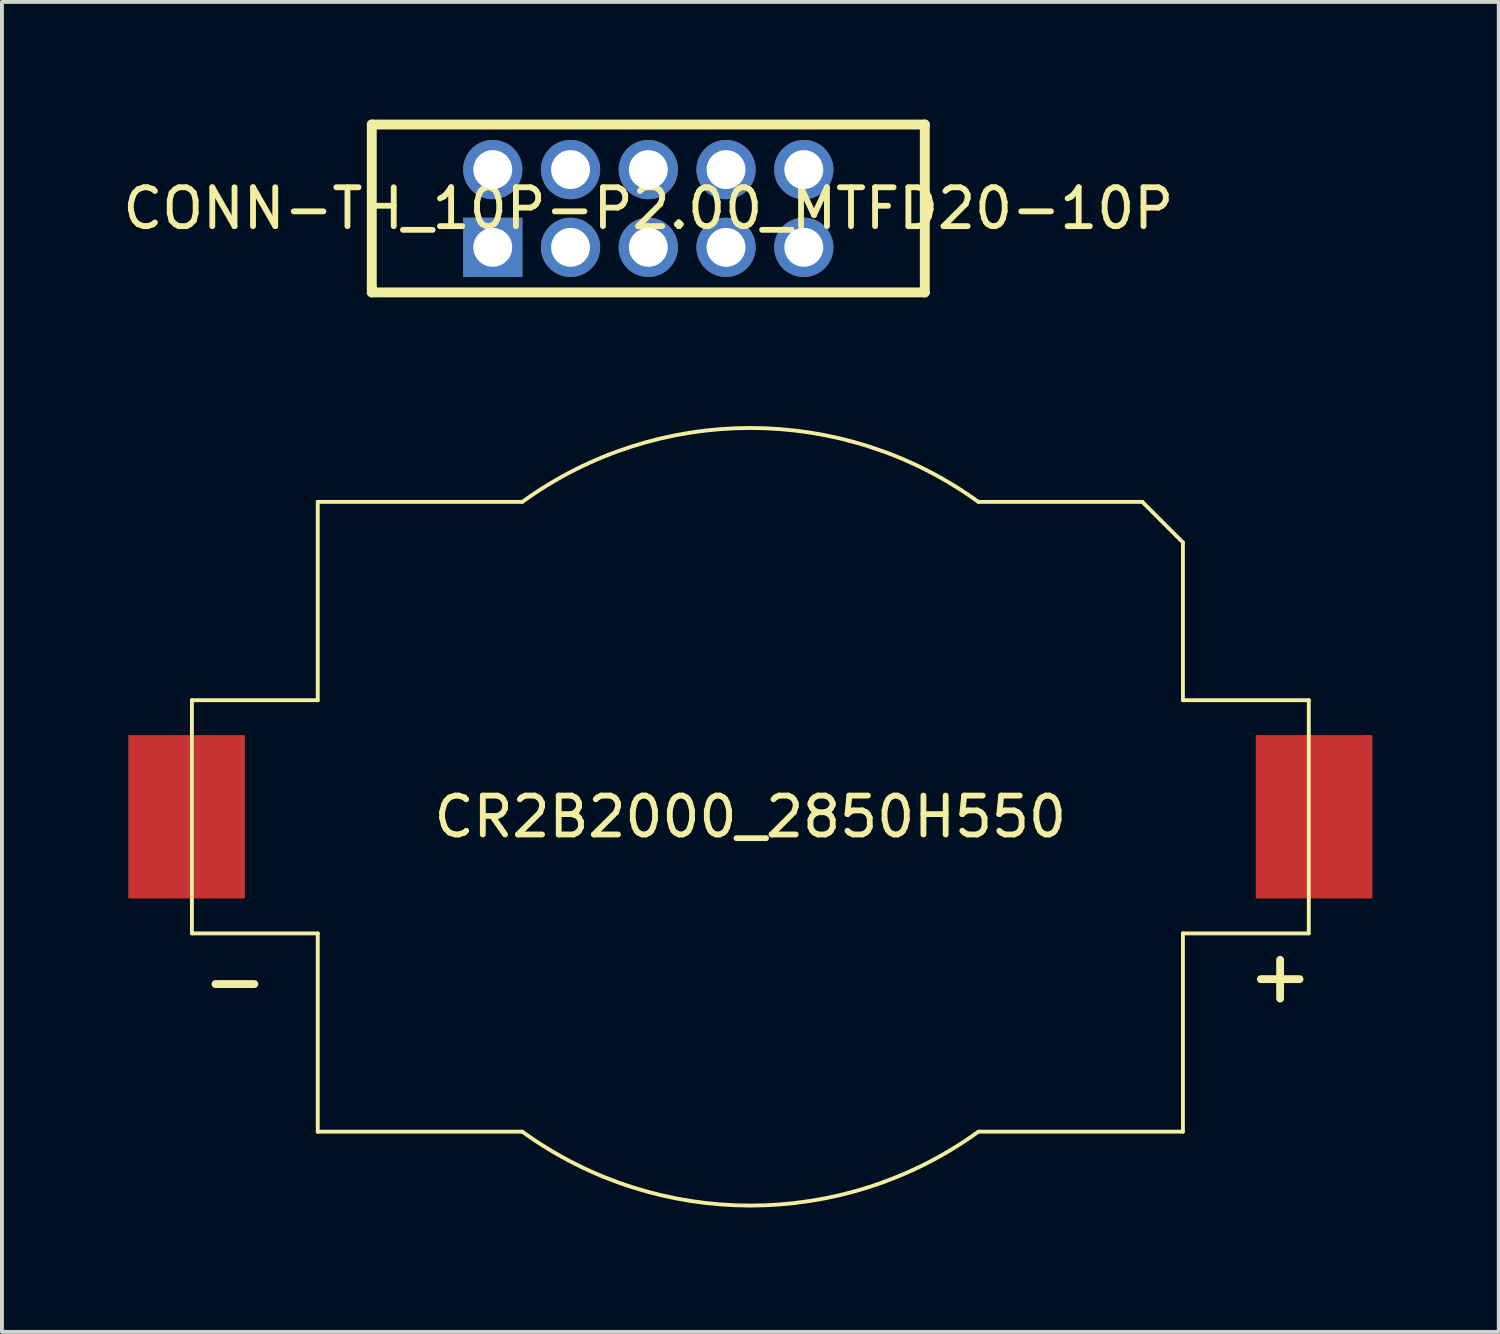
<source format=kicad_pcb>
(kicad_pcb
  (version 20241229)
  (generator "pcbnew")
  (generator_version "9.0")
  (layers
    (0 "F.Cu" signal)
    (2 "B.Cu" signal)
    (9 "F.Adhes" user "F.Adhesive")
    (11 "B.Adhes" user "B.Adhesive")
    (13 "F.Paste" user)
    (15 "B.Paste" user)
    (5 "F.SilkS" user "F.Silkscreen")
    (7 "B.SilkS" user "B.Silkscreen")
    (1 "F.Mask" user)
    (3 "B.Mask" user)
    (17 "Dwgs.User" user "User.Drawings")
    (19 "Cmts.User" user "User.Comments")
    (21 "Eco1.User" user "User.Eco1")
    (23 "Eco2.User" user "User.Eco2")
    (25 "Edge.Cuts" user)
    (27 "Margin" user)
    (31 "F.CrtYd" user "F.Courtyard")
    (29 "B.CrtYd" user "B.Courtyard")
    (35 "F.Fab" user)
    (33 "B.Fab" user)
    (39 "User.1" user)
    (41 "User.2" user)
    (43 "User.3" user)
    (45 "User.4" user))
  (footprint "CR2B2000_2850H550"
    (layer "F.Cu")
    (at 16.25 17.959)
    (property "Reference" "CR2B2000_2850H550" (at 0 0 0) (layer "F.SilkS") (effects (font (size 1 1) (thickness 0.15))))
    (fp_line (start -14.364 -2.999) (end -14.364 2.999) (stroke (width 0.099) (type default)) (layer "F.SilkS"))
    (fp_line (start -14.364 -2.999) (end -11.127 -2.999) (stroke (width 0.099) (type default)) (layer "F.SilkS"))
    (fp_line (start -14.364 2.999) (end -11.127 2.999) (stroke (width 0.099) (type default)) (layer "F.SilkS"))
    (fp_line (start -13.757 4.303) (end -12.756 4.303) (stroke (width 0.201) (type default)) (layer "F.SilkS"))
    (fp_line (start -11.127 -8.1) (end -11.127 -2.999) (stroke (width 0.099) (type default)) (layer "F.SilkS"))
    (fp_line (start -11.127 -8.1) (end -5.865 -8.1) (stroke (width 0.099) (type default)) (layer "F.SilkS"))
    (fp_line (start -11.127 2.999) (end -11.127 8.1) (stroke (width 0.099) (type default)) (layer "F.SilkS"))
    (fp_line (start -11.127 8.1) (end -5.865 8.1) (stroke (width 0.099) (type default)) (layer "F.SilkS"))
    (fp_line (start 5.865 -8.1) (end 10.082 -8.1) (stroke (width 0.099) (type default)) (layer "F.SilkS"))
    (fp_line (start 5.865 8.1) (end 11.127 8.1) (stroke (width 0.099) (type default)) (layer "F.SilkS"))
    (fp_line (start 10.082 -8.1) (end 11.127 -7.056) (stroke (width 0.099) (type default)) (layer "F.SilkS"))
    (fp_line (start 11.127 -7.056) (end 11.127 -2.999) (stroke (width 0.099) (type default)) (layer "F.SilkS"))
    (fp_line (start 11.127 -2.999) (end 14.364 -2.999) (stroke (width 0.099) (type default)) (layer "F.SilkS"))
    (fp_line (start 11.127 2.999) (end 11.127 8.1) (stroke (width 0.099) (type default)) (layer "F.SilkS"))
    (fp_line (start 11.127 2.999) (end 14.364 2.999) (stroke (width 0.099) (type default)) (layer "F.SilkS"))
    (fp_line (start 13.13 4.176) (end 14.127 4.176) (stroke (width 0.201) (type default)) (layer "F.SilkS"))
    (fp_line (start 13.627 3.678) (end 13.627 4.676) (stroke (width 0.201) (type default)) (layer "F.SilkS"))
    (fp_line (start 14.364 -2.999) (end 14.364 2.999) (stroke (width 0.099) (type default)) (layer "F.SilkS"))
    (fp_arc (start -5.865 -8.1) (mid 0 -10.000411) (end 5.865 -8.1) (stroke (width 0.099) (type default)) (layer "F.SilkS"))
    (fp_arc (start 5.865 8.1) (mid 0 10.000411) (end -5.865 8.1) (stroke (width 0.099) (type default)) (layer "F.SilkS"))
    (fp_line (start -16.2 -2.301) (end -16.2 2.301) (stroke (width 0.025) (type default)) (layer "User.1"))
    (fp_line (start -16.2 -2.301) (end -14.562 -2.301) (stroke (width 0.025) (type default)) (layer "User.1"))
    (fp_line (start -16.2 2.301) (end -14.562 2.301) (stroke (width 0.025) (type default)) (layer "User.1"))
    (fp_line (start -14.562 -3.2) (end -14.562 -2.301) (stroke (width 0.025) (type default)) (layer "User.1"))
    (fp_line (start -14.562 -3.2) (end -11.326 -3.2) (stroke (width 0.025) (type default)) (layer "User.1"))
    (fp_line (start -14.562 2.301) (end -14.562 3.2) (stroke (width 0.025) (type default)) (layer "User.1"))
    (fp_line (start -14.562 3.2) (end -11.326 3.2) (stroke (width 0.025) (type default)) (layer "User.1"))
    (fp_line (start -11.326 -8.3) (end -11.326 -3.2) (stroke (width 0.025) (type default)) (layer "User.1"))
    (fp_line (start -11.326 -8.3) (end -5.928 -8.3) (stroke (width 0.025) (type default)) (layer "User.1"))
    (fp_line (start -11.326 3.2) (end -11.326 8.3) (stroke (width 0.025) (type default)) (layer "User.1"))
    (fp_line (start -11.326 8.3) (end -5.928 8.3) (stroke (width 0.025) (type default)) (layer "User.1"))
    (fp_line (start 5.928 -8.3) (end 10.165 -8.3) (stroke (width 0.025) (type default)) (layer "User.1"))
    (fp_line (start 5.928 8.3) (end 11.326 8.3) (stroke (width 0.025) (type default)) (layer "User.1"))
    (fp_line (start 10.165 -8.3) (end 11.326 -7.138) (stroke (width 0.025) (type default)) (layer "User.1"))
    (fp_line (start 11.326 -7.138) (end 11.326 -3.2) (stroke (width 0.025) (type default)) (layer "User.1"))
    (fp_line (start 11.326 -3.2) (end 14.562 -3.2) (stroke (width 0.025) (type default)) (layer "User.1"))
    (fp_line (start 11.326 3.2) (end 11.326 8.3) (stroke (width 0.025) (type default)) (layer "User.1"))
    (fp_line (start 11.326 3.2) (end 14.562 3.2) (stroke (width 0.025) (type default)) (layer "User.1"))
    (fp_line (start 14.562 -3.2) (end 14.562 -2.301) (stroke (width 0.025) (type default)) (layer "User.1"))
    (fp_line (start 14.562 -2.301) (end 16.2 -2.301) (stroke (width 0.025) (type default)) (layer "User.1"))
    (fp_line (start 14.562 2.301) (end 14.562 3.2) (stroke (width 0.025) (type default)) (layer "User.1"))
    (fp_line (start 14.562 2.301) (end 16.2 2.301) (stroke (width 0.025) (type default)) (layer "User.1"))
    (fp_line (start 16.2 -2.301) (end 16.2 2.301) (stroke (width 0.025) (type default)) (layer "User.1"))
    (fp_arc (start -5.9285 -8.3005) (mid 0 -10.200265) (end 5.9285 -8.3005) (stroke (width 0.0255) (type default)) (layer "User.1"))
    (fp_arc (start 5.9285 8.3005) (mid 0 10.200265) (end -5.9285 8.3005) (stroke (width 0.0255) (type default)) (layer "User.1"))
    (fp_poly (pts (xy 5.865 8.1) (xy 5.548 8.33) (xy 4.878 8.739) (xy 4.18 9.094) (xy 3.455 9.393) (xy 2.709 9.634) (xy 1.948 9.816) (xy 1.173 9.939) (xy 0.392 10.001) (xy -0.392 10.001) (xy -1.173 9.939) (xy -1.948 9.816) (xy -2.709 9.634) (xy -3.455 9.393) (xy -4.18 9.094) (xy -4.878 8.739) (xy -5.548 8.33) (xy -5.865 8.1) (xy -11.127 8.1) (xy -11.127 2.999) (xy -14.364 2.999) (xy -14.364 -2.999) (xy -11.127 -2.999) (xy -11.127 -8.1) (xy -5.865 -8.1) (xy -5.548 -8.33) (xy -4.878 -8.739) (xy -4.18 -9.094) (xy -3.455 -9.393) (xy -2.709 -9.634) (xy -1.948 -9.816) (xy -1.173 -9.939) (xy -0.392 -10.001) (xy 0.392 -10.001) (xy 1.173 -9.939) (xy 1.948 -9.816) (xy 2.709 -9.634) (xy 3.455 -9.393) (xy 4.18 -9.094) (xy 4.878 -8.739) (xy 5.548 -8.33) (xy 5.865 -8.1) (xy 10.082 -8.1) (xy 11.127 -7.056) (xy 11.127 -2.999) (xy 14.364 -2.999) (xy 14.364 2.999) (xy 11.127 2.999) (xy 11.127 8.1)) (stroke (width 0.1) (type default)) (fill no) (layer "User.1"))
    (fp_poly (pts (arc (start 5.865 8.1) (mid 0 10.000411) (end -5.865 8.1)) (xy -11.127 8.1) (xy -11.127 2.999) (xy -14.364 2.999) (xy -14.364 -2.999) (xy -11.127 -2.999) (xy -11.127 -8.1) (arc (start -5.865 -8.1) (mid 0 -10.000411) (end 5.865 -8.1)) (xy 10.082 -8.1) (xy 11.127 -7.056) (xy 11.127 -2.999) (xy 14.364 -2.999) (xy 14.364 2.999) (xy 11.127 2.999) (xy 11.127 8.1)) (stroke (width 0.1) (type default)) (fill no) (layer "User.1"))
    (fp_poly (pts (xy 5.928 8.3) (xy 5.606 8.53) (xy 4.929 8.939) (xy 4.222 9.294) (xy 3.49 9.593) (xy 2.736 9.835) (xy 1.966 10.017) (xy 1.185 10.139) (xy 0.396 10.2) (xy -0.396 10.2) (xy -1.185 10.139) (xy -1.966 10.017) (xy -2.736 9.835) (xy -3.49 9.593) (xy -4.222 9.294) (xy -4.929 8.939) (xy -5.606 8.53) (xy -5.928 8.3) (xy -11.326 8.3) (xy -11.326 3.2) (xy -14.562 3.2) (xy -14.562 2.301) (xy -16.2 2.301) (xy -16.2 -2.301) (xy -14.562 -2.301) (xy -14.562 -3.2) (xy -11.326 -3.2) (xy -11.326 -8.3) (xy -5.928 -8.3) (xy -5.606 -8.53) (xy -4.929 -8.939) (xy -4.222 -9.294) (xy -3.49 -9.593) (xy -2.736 -9.835) (xy -1.966 -10.017) (xy -1.185 -10.139) (xy -0.396 -10.2) (xy 0.396 -10.2) (xy 1.185 -10.139) (xy 1.966 -10.017) (xy 2.736 -9.835) (xy 3.49 -9.593) (xy 4.222 -9.294) (xy 4.929 -8.939) (xy 5.606 -8.53) (xy 5.928 -8.3) (xy 10.165 -8.3) (xy 11.326 -7.138) (xy 11.326 -3.2) (xy 14.562 -3.2) (xy 14.562 -2.301) (xy 16.2 -2.301) (xy 16.2 2.301) (xy 14.562 2.301) (xy 14.562 3.2) (xy 14.364 3.2) (xy 14.364 -2.999) (xy 11.127 -2.999) (xy 11.127 -7.056) (xy 10.082 -8.1) (xy 5.865 -8.1) (xy 5.543 -8.323) (xy 4.874 -8.73) (xy 4.176 -9.084) (xy 3.451 -9.382) (xy 2.707 -9.622) (xy 1.945 -9.803) (xy 1.172 -9.925) (xy 0.392 -9.986) (xy -0.392 -9.986) (xy -1.172 -9.925) (xy -1.945 -9.803) (xy -2.707 -9.622) (xy -3.451 -9.382) (xy -4.176 -9.084) (xy -4.874 -8.73) (xy -5.543 -8.323) (xy -5.865 -8.1) (xy -11.127 -8.1) (xy -11.127 -2.999) (xy -14.364 -2.999) (xy -14.361 -2.999) (xy -14.361 -2.982) (xy -14.364 -2.982) (xy -14.364 2.999) (xy -11.127 2.999) (xy -11.127 8.1) (xy -5.865 8.1) (xy -5.543 8.323) (xy -4.875 8.732) (xy -4.176 9.086) (xy -3.453 9.385) (xy -2.708 9.626) (xy -1.946 9.809) (xy -1.173 9.931) (xy -0.392 9.992) (xy 0.392 9.992) (xy 1.173 9.931) (xy 1.946 9.809) (xy 2.708 9.626) (xy 3.453 9.385) (xy 4.176 9.086) (xy 4.875 8.732) (xy 5.543 8.323) (xy 5.865 8.1) (xy 11.127 8.1) (xy 11.127 2.999) (xy 14.262 2.999) (xy 14.262 3.2) (xy 11.326 3.2) (xy 11.326 8.3)) (stroke (width 0.1) (type default)) (fill no) (layer "User.1"))
    (fp_poly (pts (arc (start 5.9285 8.3005) (mid 0 10.200265) (end -5.9285 8.3005)) (xy -11.326 8.3) (xy -11.326 3.2) (xy -14.562 3.2) (xy -14.562 2.301) (xy -16.2 2.301) (xy -16.2 -2.301) (xy -14.562 -2.301) (xy -14.562 -3.2) (xy -11.326 -3.2) (xy -11.326 -8.3) (arc (start -5.9285 -8.3005) (mid 0 -10.200265) (end 5.9285 -8.3005)) (xy 10.165 -8.3) (xy 11.326 -7.138) (xy 11.326 -3.2) (xy 14.562 -3.2) (xy 14.562 -2.301) (xy 16.2 -2.301) (xy 16.2 2.301) (xy 14.562 2.301) (xy 14.562 3.2) (xy 14.364 3.2) (xy 14.364 -2.999) (xy 11.127 -2.999) (xy 11.127 -7.056) (xy 10.082 -8.1) (arc (start 5.865 -8.1) (mid 0 -9.994064) (end -5.865 -8.1)) (xy -11.127 -8.1) (xy -11.127 -2.999) (xy -14.364 -2.999) (xy -14.361 -2.999) (xy -14.361 -2.982) (xy -14.364 -2.982) (xy -14.364 2.999) (xy -11.127 2.999) (xy -11.127 8.1) (arc (start -5.865 8.1) (mid 0 9.999462) (end 5.865 8.1)) (xy 11.127 8.1) (xy 11.127 2.999) (xy 14.262 2.999) (xy 14.262 3.2) (xy 11.326 3.2) (xy 11.326 8.3)) (stroke (width 0.1) (type default)) (fill no) (layer "User.1"))
    (pad "1" smd rect (at -14.501 0 270) (size 4.201 2.999) (layers "F.Cu" "F.Mask" "F.Paste"))
    (pad "2" smd rect (at 14.501 0 270) (size 4.201 2.999) (layers "F.Cu" "F.Mask" "F.Paste")))
  (footprint "CONN-TH_10P-P2.00_MTFD20-10P"
    (layer "F.Cu")
    (at 13.625 2.312)
    (property "Reference" "CONN-TH_10P-P2.00_MTFD20-10P" (at 0 0 0) (layer "F.SilkS") (effects (font (size 1 1) (thickness 0.15))))
    (fp_line (start -7.112 -2.159) (end 7.112 -2.159) (stroke (width 0.254) (type default)) (layer "F.SilkS"))
    (fp_line (start -7.112 2.032) (end -7.112 2.159) (stroke (width 0.254) (type default)) (layer "F.SilkS"))
    (fp_line (start -7.112 2.159) (end 7.112 2.159) (stroke (width 0.254) (type default)) (layer "F.SilkS"))
    (fp_line (start -7.112 -2.159) (end -7.112 2.032) (stroke (width 0.254) (type default)) (layer "F.SilkS"))
    (fp_line (start 7.112 -2.159) (end 7.112 2.159) (stroke (width 0.254) (type default)) (layer "F.SilkS"))
    (fp_poly (pts (xy -3.6 -1) (xy -3.62 -1.124) (xy -3.676 -1.235) (xy -3.765 -1.324) (xy -3.876 -1.38) (xy -4 -1.4) (xy -4.124 -1.38) (xy -4.235 -1.324) (xy -4.324 -1.235) (xy -4.38 -1.124) (xy -4.4 -1) (xy -4.38 -0.876) (xy -4.324 -0.765) (xy -4.235 -0.676) (xy -4.124 -0.62) (xy -4 -0.6) (xy -3.876 -0.62) (xy -3.765 -0.676) (xy -3.676 -0.765) (xy -3.62 -0.876)) (stroke (width 0.1) (type default)) (fill no) (layer "User.1"))
    (fp_poly (pts (xy -3.6 1) (xy -3.62 0.876) (xy -3.676 0.765) (xy -3.765 0.676) (xy -3.876 0.62) (xy -4 0.6) (xy -4.124 0.62) (xy -4.235 0.676) (xy -4.324 0.765) (xy -4.38 0.876) (xy -4.4 1) (xy -4.38 1.124) (xy -4.324 1.235) (xy -4.235 1.324) (xy -4.124 1.38) (xy -4 1.4) (xy -3.876 1.38) (xy -3.765 1.324) (xy -3.676 1.235) (xy -3.62 1.124)) (stroke (width 0.1) (type default)) (fill no) (layer "User.1"))
    (fp_poly (pts (xy -1.6 -1) (xy -1.62 -1.124) (xy -1.676 -1.235) (xy -1.765 -1.324) (xy -1.876 -1.38) (xy -2 -1.4) (xy -2.124 -1.38) (xy -2.235 -1.324) (xy -2.324 -1.235) (xy -2.38 -1.124) (xy -2.4 -1) (xy -2.38 -0.876) (xy -2.324 -0.765) (xy -2.235 -0.676) (xy -2.124 -0.62) (xy -2 -0.6) (xy -1.876 -0.62) (xy -1.765 -0.676) (xy -1.676 -0.765) (xy -1.62 -0.876)) (stroke (width 0.1) (type default)) (fill no) (layer "User.1"))
    (fp_poly (pts (xy -1.6 1) (xy -1.62 0.876) (xy -1.676 0.765) (xy -1.765 0.676) (xy -1.876 0.62) (xy -2 0.6) (xy -2.124 0.62) (xy -2.235 0.676) (xy -2.324 0.765) (xy -2.38 0.876) (xy -2.4 1) (xy -2.38 1.124) (xy -2.324 1.235) (xy -2.235 1.324) (xy -2.124 1.38) (xy -2 1.4) (xy -1.876 1.38) (xy -1.765 1.324) (xy -1.676 1.235) (xy -1.62 1.124)) (stroke (width 0.1) (type default)) (fill no) (layer "User.1"))
    (fp_poly (pts (xy 0.4 -1) (xy 0.38 -1.124) (xy 0.324 -1.235) (xy 0.235 -1.324) (xy 0.124 -1.38) (xy 0 -1.4) (xy -0.124 -1.38) (xy -0.235 -1.324) (xy -0.324 -1.235) (xy -0.38 -1.124) (xy -0.4 -1) (xy -0.38 -0.876) (xy -0.324 -0.765) (xy -0.235 -0.676) (xy -0.124 -0.62) (xy 0 -0.6) (xy 0.124 -0.62) (xy 0.235 -0.676) (xy 0.324 -0.765) (xy 0.38 -0.876)) (stroke (width 0.1) (type default)) (fill no) (layer "User.1"))
    (fp_poly (pts (xy 0.4 1) (xy 0.38 0.876) (xy 0.324 0.765) (xy 0.235 0.676) (xy 0.124 0.62) (xy 0 0.6) (xy -0.124 0.62) (xy -0.235 0.676) (xy -0.324 0.765) (xy -0.38 0.876) (xy -0.4 1) (xy -0.38 1.124) (xy -0.324 1.235) (xy -0.235 1.324) (xy -0.124 1.38) (xy 0 1.4) (xy 0.124 1.38) (xy 0.235 1.324) (xy 0.324 1.235) (xy 0.38 1.124)) (stroke (width 0.1) (type default)) (fill no) (layer "User.1"))
    (fp_poly (pts (xy 2.4 -1) (xy 2.38 -1.124) (xy 2.324 -1.235) (xy 2.235 -1.324) (xy 2.124 -1.38) (xy 2 -1.4) (xy 1.876 -1.38) (xy 1.765 -1.324) (xy 1.676 -1.235) (xy 1.62 -1.124) (xy 1.6 -1) (xy 1.62 -0.876) (xy 1.676 -0.765) (xy 1.765 -0.676) (xy 1.876 -0.62) (xy 2 -0.6) (xy 2.124 -0.62) (xy 2.235 -0.676) (xy 2.324 -0.765) (xy 2.38 -0.876)) (stroke (width 0.1) (type default)) (fill no) (layer "User.1"))
    (fp_poly (pts (xy 2.4 1) (xy 2.38 0.876) (xy 2.324 0.765) (xy 2.235 0.676) (xy 2.124 0.62) (xy 2 0.6) (xy 1.876 0.62) (xy 1.765 0.676) (xy 1.676 0.765) (xy 1.62 0.876) (xy 1.6 1) (xy 1.62 1.124) (xy 1.676 1.235) (xy 1.765 1.324) (xy 1.876 1.38) (xy 2 1.4) (xy 2.124 1.38) (xy 2.235 1.324) (xy 2.324 1.235) (xy 2.38 1.124)) (stroke (width 0.1) (type default)) (fill no) (layer "User.1"))
    (fp_poly (pts (xy 4.4 -1) (xy 4.38 -1.124) (xy 4.324 -1.235) (xy 4.235 -1.324) (xy 4.124 -1.38) (xy 4 -1.4) (xy 3.876 -1.38) (xy 3.765 -1.324) (xy 3.676 -1.235) (xy 3.62 -1.124) (xy 3.6 -1) (xy 3.62 -0.876) (xy 3.676 -0.765) (xy 3.765 -0.676) (xy 3.876 -0.62) (xy 4 -0.6) (xy 4.124 -0.62) (xy 4.235 -0.676) (xy 4.324 -0.765) (xy 4.38 -0.876)) (stroke (width 0.1) (type default)) (fill no) (layer "User.1"))
    (fp_poly (pts (xy 4.4 1) (xy 4.38 0.876) (xy 4.324 0.765) (xy 4.235 0.676) (xy 4.124 0.62) (xy 4 0.6) (xy 3.876 0.62) (xy 3.765 0.676) (xy 3.676 0.765) (xy 3.62 0.876) (xy 3.6 1) (xy 3.62 1.124) (xy 3.676 1.235) (xy 3.765 1.324) (xy 3.876 1.38) (xy 4 1.4) (xy 4.124 1.38) (xy 4.235 1.324) (xy 4.324 1.235) (xy 4.38 1.124)) (stroke (width 0.1) (type default)) (fill no) (layer "User.1"))
    (fp_line (start -7.239 -2.287) (end 7.239 -2.287) (stroke (width 0.051) (type default)) (layer "User.2"))
    (fp_line (start -7.239 2.286) (end -7.239 -2.287) (stroke (width 0.051) (type default)) (layer "User.2"))
    (fp_line (start 7.239 -2.287) (end 7.239 2.286) (stroke (width 0.051) (type default)) (layer "User.2"))
    (fp_line (start 7.239 2.286) (end -7.239 2.286) (stroke (width 0.051) (type default)) (layer "User.2"))
    (fp_poly (pts (xy -7.179 2.286) (xy -7.197 2.244) (xy -7.239 2.226) (xy -7.281 2.244) (xy -7.299 2.286) (xy -7.281 2.328) (xy -7.239 2.346) (xy -7.197 2.328)) (stroke (width 0.1) (type default)) (fill no) (layer "User.3"))
    (pad "1" thru_hole rect (at -4 1) (size 1.524 1.524) (drill 1) (layers "*.Cu" "*.Mask"))
    (pad "2" thru_hole circle (at -4 -1) (size 1.524 1.524) (drill 1) (layers "*.Cu" "*.Mask"))
    (pad "3" thru_hole circle (at -2 1) (size 1.524 1.524) (drill 1) (layers "*.Cu" "*.Mask"))
    (pad "4" thru_hole circle (at -2 -1) (size 1.524 1.524) (drill 1) (layers "*.Cu" "*.Mask"))
    (pad "5" thru_hole circle (at 0 1) (size 1.524 1.524) (drill 1) (layers "*.Cu" "*.Mask"))
    (pad "6" thru_hole circle (at 0 -1) (size 1.524 1.524) (drill 1) (layers "*.Cu" "*.Mask"))
    (pad "7" thru_hole circle (at 2 1) (size 1.524 1.524) (drill 1) (layers "*.Cu" "*.Mask"))
    (pad "8" thru_hole circle (at 2 -1) (size 1.524 1.524) (drill 1) (layers "*.Cu" "*.Mask"))
    (pad "9" thru_hole circle (at 4 1) (size 1.524 1.524) (drill 1) (layers "*.Cu" "*.Mask"))
    (pad "10" thru_hole circle (at 4 -1) (size 1.524 1.524) (drill 1) (layers "*.Cu" "*.Mask")))
  (gr_rect
    (start -3 -3)
    (end 35.5 31.209)
    (stroke (width 0.1) (type default))
    (fill no)
    (layer "Edge.Cuts")))
</source>
